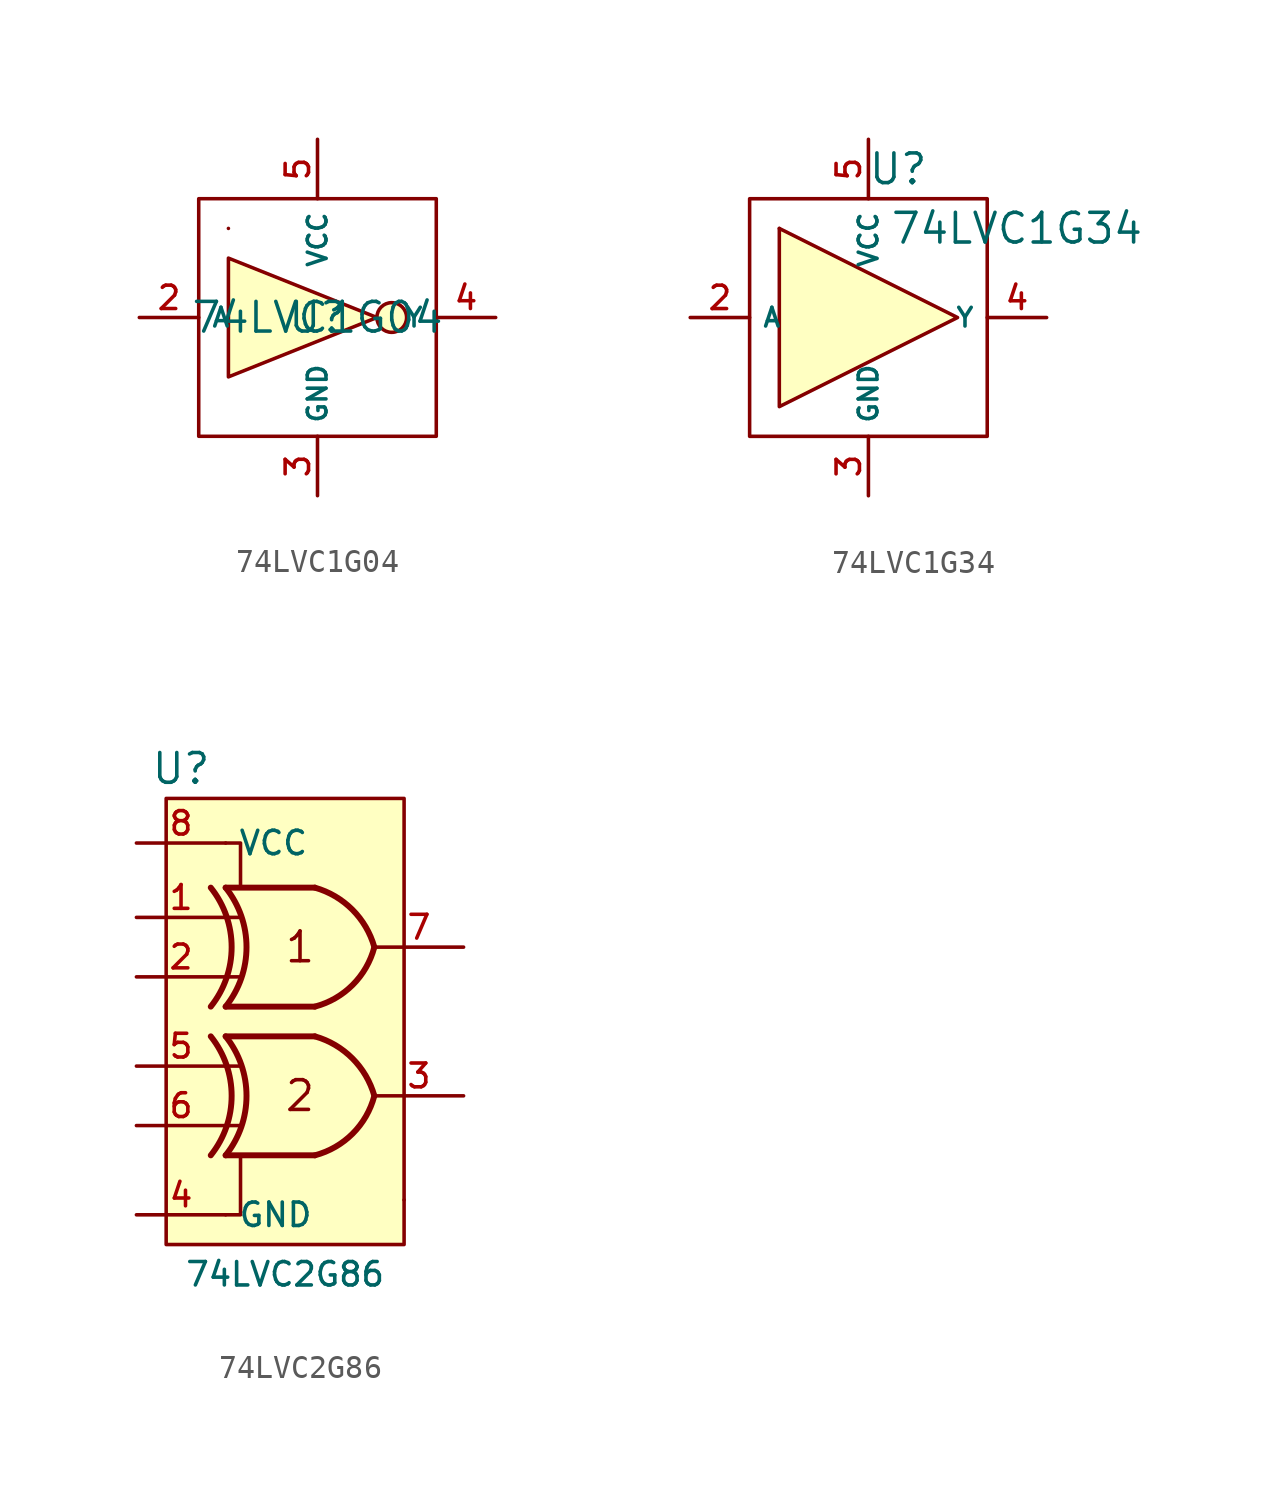
<source format=kicad_sym>
(kicad_symbol_lib
  (version 20210619)
  (generator kicad_symbol_editor)
  (symbol "gates:74LVC1G04"
    (property "Reference" "U"
      (at 0 0 0)
      (effects (font (size 1.27 1.27))))
    (property "Value" "74LVC1G04"
      (at 0 0 0)
      (effects (font (size 1.27 1.27))))
    (symbol "74LVC1G04_0_1"
      (circle (center 3.175 0) (radius 0.635) (stroke (width 0.152)) (fill (type background)))
      (rectangle (start -5.08 5.08) (end 5.08 -5.08) (stroke (width 0.152)) (fill (type none)))
      (polyline (pts (xy -3.81 3.81) (xy -3.81 3.81)) (stroke (width 0.152)) (fill (type none)))
      (polyline (pts (xy -3.81 2.54) (xy -3.81 -2.54) (xy 2.54 0) (xy -3.81 2.54)) (stroke (width 0.152)) (fill (type background))))
    (symbol "74LVC1G04_1_1"
      (pin input line (at -7.62 0 0) (length 2.54) (name "A" (effects (font (size 0.8 0.8)))) (number "2" (effects (font (size 1 1)))))
      (pin power_in line (at 0 -7.62 90) (length 2.54) (name "GND" (effects (font (size 0.8 0.8)))) (number "3" (effects (font (size 1 1)))))
      (pin output line (at 7.62 0 180) (length 2.54) (name "Y" (effects (font (size 0.8 0.8)))) (number "4" (effects (font (size 1 1)))))
      (pin power_in line (at 0 7.62 270) (length 2.54) (name "VCC" (effects (font (size 0.8 0.8)))) (number "5" (effects (font (size 1 1)))))))
  (symbol "gates:74LVC1G34"
    (property "Reference" "U"
      (at 1.27 6.35 0)
      (effects (font (size 1.27 1.27))))
    (property "Value" "74LVC1G34"
      (at 6.35 3.81 0)
      (effects (font (size 1.27 1.27))))
    (symbol "74LVC1G34_0_1"
      (rectangle (start -5.08 5.08) (end 5.08 -5.08) (stroke (width 0.152)) (fill (type none)))
      (polyline (pts (xy -3.81 3.81) (xy -3.81 3.81)) (stroke (width 0.152)) (fill (type none)))
      (polyline (pts (xy -3.81 3.81) (xy -3.81 -3.81) (xy 3.81 0) (xy -3.81 3.81)) (stroke (width 0.152)) (fill (type background))))
    (symbol "74LVC1G34_1_1"
      (pin input line (at -7.62 0 0) (length 2.54) (name "A" (effects (font (size 0.8 0.8)))) (number "2" (effects (font (size 1 1)))))
      (pin power_in line (at 0 -7.62 90) (length 2.54) (name "GND" (effects (font (size 0.8 0.8)))) (number "3" (effects (font (size 1 1)))))
      (pin output line (at 7.62 0 180) (length 2.54) (name "Y" (effects (font (size 0.8 0.8)))) (number "4" (effects (font (size 1 1)))))
      (pin power_in line (at 0 7.62 270) (length 2.54) (name "VCC" (effects (font (size 0.8 0.8)))) (number "5" (effects (font (size 1 1)))))))
  (symbol "gates:74LVC2G86"
    (property "Reference" "U"
      (at -5.08 7.62 0)
      (effects (font (size 1.27 1.27))))
    (property "Value" "74LVC2G86"
      (at -0.635 -13.97 0)
      (effects (font (size 1 1))))
    (symbol "74LVC2G86_0_0"
      (text "1" (at 0 0 0) (effects (font (size 1.27 1.27))))
      (text "2" (at 0 -6.35 0) (effects (font (size 1.27 1.27))))
      (polyline (pts (xy -3.175 -11.43) (xy -2.54 -11.43) (xy -2.54 -8.89)) (stroke (width 0.152)) (fill (type none)))
      (polyline (pts (xy -3.175 4.445) (xy -2.54 4.445) (xy -2.54 2.54)) (stroke (width 0.152)) (fill (type none))))
    (symbol "74LVC2G86_0_1"
      (arc (start -3.81 -3.81) (end -3.81 -8.89) (radius (at -6.985 -6.35) (length 4.064) (angles 38.6 -38.6)) (stroke (width 0.254)) (fill (type none)))
      (arc (start -3.81 2.54) (end -3.81 -2.54) (radius (at -6.985 0) (length 4.064) (angles 38.6 -38.6)) (stroke (width 0.254)) (fill (type none)))
      (arc (start -3.175 -3.81) (end -3.175 -8.89) (radius (at -6.35 -6.35) (length 4.064) (angles 38.6 -38.6)) (stroke (width 0.254)) (fill (type none)))
      (arc (start -3.175 2.54) (end -3.175 -2.54) (radius (at -6.35 0) (length 4.064) (angles 38.6 -38.6)) (stroke (width 0.254)) (fill (type none)))
      (arc (start 0.635 -3.81) (end 3.175 -6.35) (radius (at -0.3302 -7.2898) (length 3.6068) (angles 74.4 15)) (stroke (width 0.254)) (fill (type none)))
      (arc (start 0.635 -8.89) (end 3.175 -6.35) (radius (at -0.3302 -5.4102) (length 3.6068) (angles -74.4 -15)) (stroke (width 0.254)) (fill (type none)))
      (arc (start 0.635 2.54) (end 3.175 0) (radius (at -0.3302 -0.9398) (length 3.6068) (angles 74.4 15)) (stroke (width 0.254)) (fill (type none)))
      (arc (start 0.635 -2.54) (end 3.175 0) (radius (at -0.3302 0.9398) (length 3.6068) (angles -74.4 -15)) (stroke (width 0.254)) (fill (type none)))
      (rectangle (start 4.445 -10.795) (end 4.445 -10.795) (stroke (width 0.152)) (fill (type none)))
      (rectangle (start -5.715 6.35) (end 4.445 -12.7) (stroke (width 0.152)) (fill (type background)))
      (polyline (pts (xy -3.175 -7.62) (xy -2.54 -7.62)) (stroke (width 0)) (fill (type none)))
      (polyline (pts (xy -3.175 -5.08) (xy -2.54 -5.08)) (stroke (width 0)) (fill (type none)))
      (polyline (pts (xy -3.175 -1.27) (xy -2.54 -1.27)) (stroke (width 0)) (fill (type none)))
      (polyline (pts (xy -3.175 1.27) (xy -2.54 1.27)) (stroke (width 0)) (fill (type none)))
      (polyline (pts (xy 0.635 -8.89) (xy -3.175 -8.89)) (stroke (width 0.254)) (fill (type background)))
      (polyline (pts (xy 0.635 -3.81) (xy -3.175 -3.81)) (stroke (width 0.254)) (fill (type background)))
      (polyline (pts (xy 0.635 -2.54) (xy -3.175 -2.54)) (stroke (width 0.254)) (fill (type background)))
      (polyline (pts (xy 0.635 2.54) (xy -3.175 2.54)) (stroke (width 0.254)) (fill (type background))))
    (symbol "74LVC2G86_1_1"
      (pin input line (at -6.985 1.27 0) (length 3.81) (name "~" (effects (font (size 1.016 1.016)))) (number "1" (effects (font (size 1.016 1.016)))))
      (pin input line (at -6.985 -1.27 0) (length 3.81) (name "~" (effects (font (size 1.016 1.016)))) (number "2" (effects (font (size 1.016 1.016)))))
      (pin output line (at 6.985 -6.35 180) (length 3.81) (name "~" (effects (font (size 1.016 1.016)))) (number "3" (effects (font (size 1.016 1.016)))))
      (pin power_in line (at -6.985 -11.43 0) (length 3.81) (name "GND" (effects (font (size 1 1)))) (number "4" (effects (font (size 1 1)))))
      (pin input line (at -6.985 -5.08 0) (length 3.81) (name "~" (effects (font (size 1.016 1.016)))) (number "5" (effects (font (size 1.016 1.016)))))
      (pin input line (at -6.985 -7.62 0) (length 3.81) (name "~" (effects (font (size 1.016 1.016)))) (number "6" (effects (font (size 1.016 1.016)))))
      (pin output line (at 6.985 0 180) (length 3.81) (name "~" (effects (font (size 1.016 1.016)))) (number "7" (effects (font (size 1.016 1.016)))))
      (pin power_in line (at -6.985 4.445 0) (length 3.81) (name "VCC" (effects (font (size 1 1)))) (number "8" (effects (font (size 1 1))))))))
</source>
